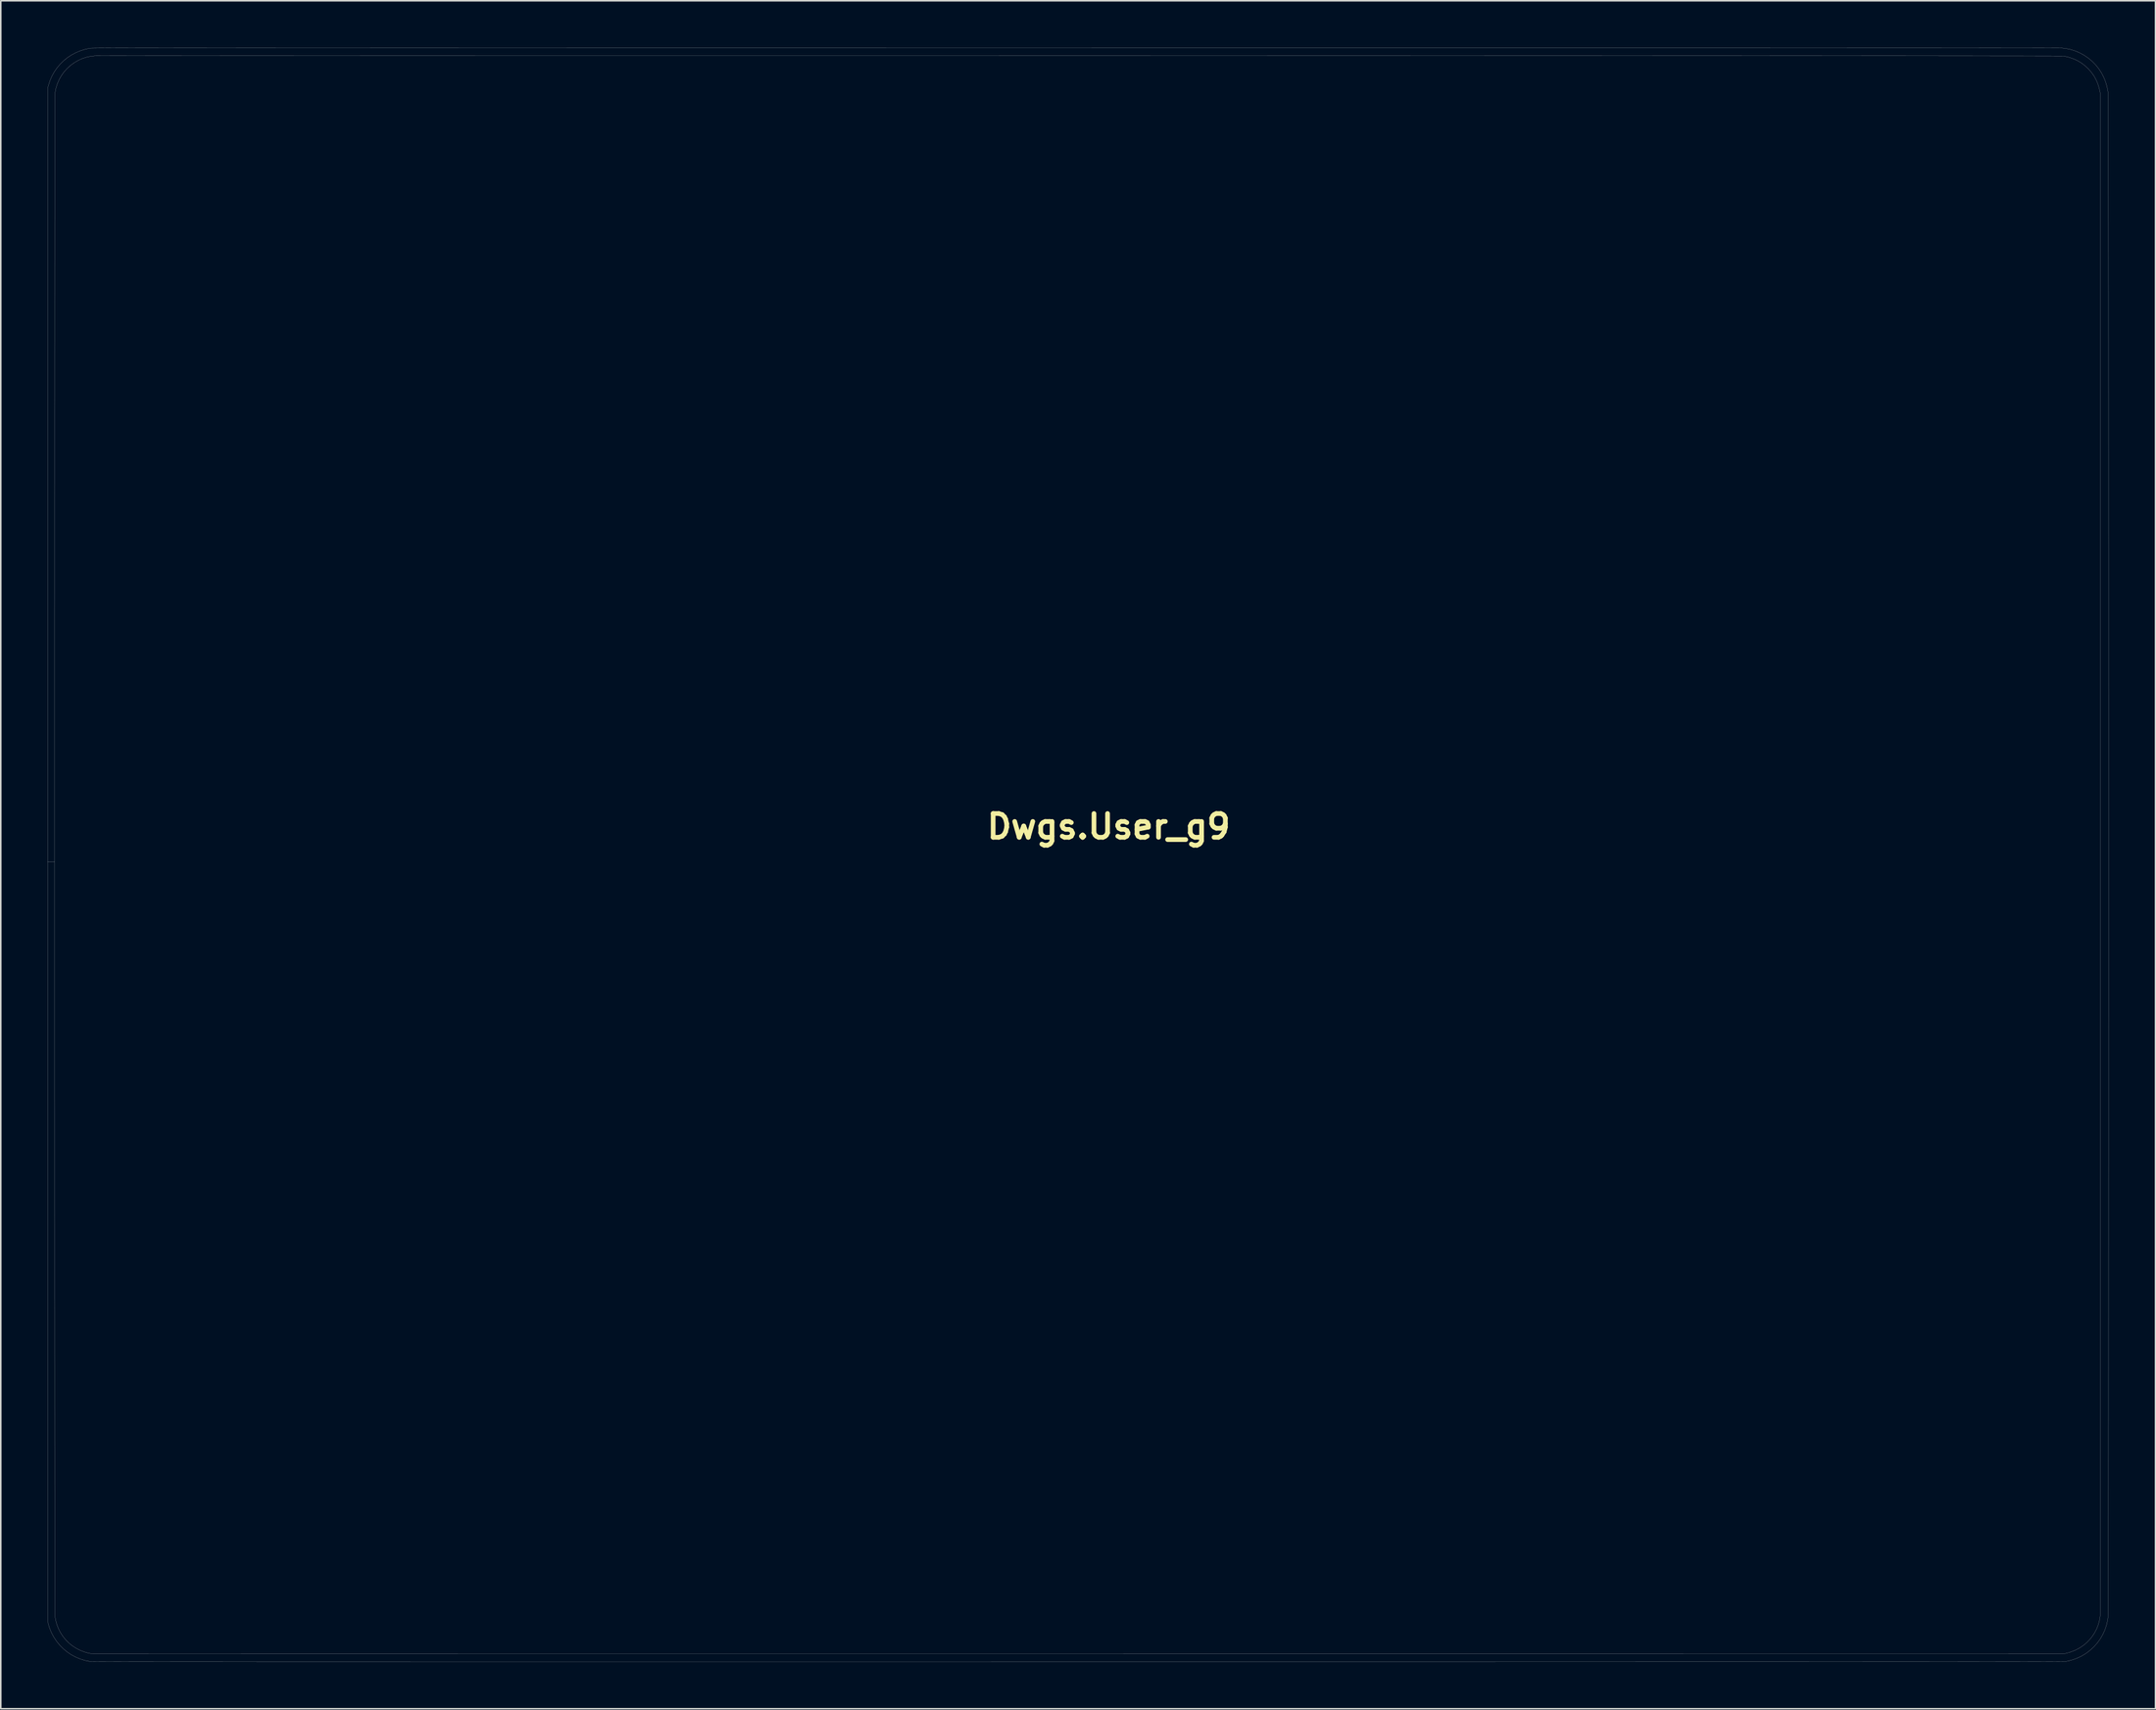
<source format=kicad_pcb>
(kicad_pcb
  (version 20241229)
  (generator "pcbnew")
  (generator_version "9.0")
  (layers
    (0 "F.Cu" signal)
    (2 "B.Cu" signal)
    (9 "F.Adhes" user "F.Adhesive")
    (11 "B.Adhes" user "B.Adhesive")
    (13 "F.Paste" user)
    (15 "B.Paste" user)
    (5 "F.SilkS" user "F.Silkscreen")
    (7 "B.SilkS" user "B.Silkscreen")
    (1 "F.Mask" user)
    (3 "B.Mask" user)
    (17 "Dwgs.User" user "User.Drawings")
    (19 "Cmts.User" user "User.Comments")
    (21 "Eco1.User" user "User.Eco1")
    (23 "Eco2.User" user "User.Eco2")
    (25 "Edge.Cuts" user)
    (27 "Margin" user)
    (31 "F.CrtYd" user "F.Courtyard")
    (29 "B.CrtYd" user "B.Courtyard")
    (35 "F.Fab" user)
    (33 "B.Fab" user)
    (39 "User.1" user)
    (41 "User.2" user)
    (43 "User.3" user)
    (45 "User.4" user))
  (footprint "Dwgs.User_g9"
    (layer "F.Cu")
    (at 67.979 49.918)
    (property "Reference" "Dwgs.User_g9" (at 0 0 0) (layer "F.SilkS") (effects (font (size 1.524 1.524) (thickness 0.3))))
    (attr through_hole)
    (fp_poly (pts (xy 25.442 -49.913) (xy 26.897 -49.913) (xy 28.319 -49.913) (xy 29.711 -49.912) (xy 31.07 -49.912) (xy 32.399 -49.912) (xy 33.696 -49.912) (xy 34.962 -49.912) (xy 36.197 -49.912) (xy 37.402 -49.912) (xy 38.575 -49.912) (xy 39.717 -49.912) (xy 40.829 -49.912) (xy 41.909 -49.912) (xy 42.96 -49.911) (xy 43.979 -49.911) (xy 44.968 -49.911) (xy 45.927 -49.911) (xy 46.855 -49.911) (xy 47.754 -49.91) (xy 48.621 -49.91) (xy 49.459 -49.91) (xy 50.267 -49.91) (xy 51.045 -49.91) (xy 51.793 -49.909) (xy 52.511 -49.909) (xy 53.199 -49.909) (xy 53.858 -49.908) (xy 54.487 -49.908) (xy 55.086 -49.908) (xy 55.656 -49.908) (xy 56.197 -49.907) (xy 56.708 -49.907) (xy 57.191 -49.906) (xy 57.644 -49.906) (xy 58.067 -49.906) (xy 58.462 -49.905) (xy 58.828 -49.905) (xy 59.165 -49.905) (xy 59.474 -49.904) (xy 59.753 -49.904) (xy 60.004 -49.903) (xy 60.227 -49.903) (xy 60.421 -49.902) (xy 60.586 -49.902) (xy 60.723 -49.901) (xy 60.832 -49.901) (xy 60.913 -49.9) (xy 60.965 -49.9) (xy 60.99 -49.899) (xy 60.99 -49.899) (xy 61.295 -49.867) (xy 61.581 -49.811) (xy 61.857 -49.729) (xy 62.127 -49.62) (xy 62.214 -49.58) (xy 62.5 -49.423) (xy 62.766 -49.241) (xy 63.01 -49.036) (xy 63.231 -48.81) (xy 63.429 -48.564) (xy 63.601 -48.3) (xy 63.747 -48.019) (xy 63.866 -47.724) (xy 63.956 -47.417) (xy 64.017 -47.097) (xy 64.04 -46.883) (xy 64.041 -46.86) (xy 64.041 -46.805) (xy 64.042 -46.717) (xy 64.042 -46.599) (xy 64.043 -46.449) (xy 64.043 -46.269) (xy 64.044 -46.06) (xy 64.044 -45.821) (xy 64.045 -45.553) (xy 64.045 -45.257) (xy 64.046 -44.933) (xy 64.046 -44.582) (xy 64.046 -44.204) (xy 64.047 -43.799) (xy 64.047 -43.369) (xy 64.048 -42.913) (xy 64.048 -42.433) (xy 64.049 -41.928) (xy 64.049 -41.399) (xy 64.049 -40.847) (xy 64.05 -40.271) (xy 64.05 -39.674) (xy 64.05 -39.054) (xy 64.051 -38.413) (xy 64.051 -37.751) (xy 64.051 -37.069) (xy 64.052 -36.367) (xy 64.052 -35.645) (xy 64.052 -34.904) (xy 64.053 -34.145) (xy 64.053 -33.368) (xy 64.053 -32.573) (xy 64.053 -31.762) (xy 64.054 -30.934) (xy 64.054 -30.089) (xy 64.054 -29.23) (xy 64.054 -28.355) (xy 64.055 -27.466) (xy 64.055 -26.563) (xy 64.055 -25.646) (xy 64.055 -24.716) (xy 64.056 -23.774) (xy 64.056 -22.819) (xy 64.056 -21.853) (xy 64.056 -20.876) (xy 64.056 -19.889) (xy 64.056 -18.891) (xy 64.057 -17.884) (xy 64.057 -16.867) (xy 64.057 -15.842) (xy 64.057 -14.809) (xy 64.057 -13.768) (xy 64.057 -12.72) (xy 64.057 -11.666) (xy 64.057 -10.605) (xy 64.057 -9.539) (xy 64.058 -8.467) (xy 64.058 -7.391) (xy 64.058 -6.311) (xy 64.058 -5.227) (xy 64.058 -4.14) (xy 64.058 -3.05) (xy 64.058 -1.958) (xy 64.058 -0.864) (xy 64.058 0.231) (xy 64.058 1.326) (xy 64.058 2.422) (xy 64.058 3.518) (xy 64.058 4.613) (xy 64.058 5.706) (xy 64.058 6.798) (xy 64.058 7.888) (xy 64.058 8.974) (xy 64.058 10.058) (xy 64.058 11.138) (xy 64.058 12.214) (xy 64.057 13.285) (xy 64.057 14.35) (xy 64.057 15.41) (xy 64.057 16.464) (xy 64.057 17.512) (xy 64.057 18.552) (xy 64.057 19.584) (xy 64.057 20.608) (xy 64.057 21.624) (xy 64.056 22.63) (xy 64.056 23.627) (xy 64.056 24.613) (xy 64.056 25.589) (xy 64.056 26.554) (xy 64.055 27.507) (xy 64.055 28.448) (xy 64.055 29.377) (xy 64.055 30.292) (xy 64.055 31.194) (xy 64.054 32.082) (xy 64.054 32.955) (xy 64.054 33.813) (xy 64.054 34.656) (xy 64.053 35.482) (xy 64.053 36.292) (xy 64.053 37.085) (xy 64.053 37.861) (xy 64.052 38.618) (xy 64.052 39.357) (xy 64.052 40.077) (xy 64.051 40.777) (xy 64.051 41.457) (xy 64.051 42.117) (xy 64.05 42.756) (xy 64.05 43.373) (xy 64.05 43.968) (xy 64.049 44.541) (xy 64.049 45.091) (xy 64.048 45.618) (xy 64.048 46.12) (xy 64.048 46.598) (xy 64.047 47.052) (xy 64.047 47.479) (xy 64.046 47.881) (xy 64.046 48.257) (xy 64.046 48.605) (xy 64.045 48.926) (xy 64.045 49.219) (xy 64.044 49.484) (xy 64.044 49.72) (xy 64.043 49.927) (xy 64.043 50.104) (xy 64.042 50.25) (xy 64.042 50.365) (xy 64.041 50.45) (xy 64.041 50.502) (xy 64.04 50.521) (xy 63.999 50.849) (xy 63.928 51.165) (xy 63.827 51.47) (xy 63.696 51.761) (xy 63.538 52.038) (xy 63.353 52.298) (xy 63.141 52.54) (xy 62.905 52.763) (xy 62.643 52.965) (xy 62.566 53.017) (xy 62.354 53.145) (xy 62.133 53.255) (xy 61.898 53.349) (xy 61.642 53.43) (xy 61.36 53.499) (xy 61.353 53.5) (xy 61.348 53.501) (xy 61.34 53.502) (xy 61.328 53.503) (xy 61.311 53.503) (xy 61.291 53.504) (xy 61.266 53.505) (xy 61.236 53.505) (xy 61.2 53.506) (xy 61.16 53.507) (xy 61.113 53.507) (xy 61.06 53.508) (xy 61.001 53.508) (xy 60.935 53.509) (xy 60.862 53.51) (xy 60.782 53.51) (xy 60.694 53.511) (xy 60.598 53.511) (xy 60.494 53.512) (xy 60.382 53.512) (xy 60.26 53.513) (xy 60.13 53.513) (xy 59.99 53.514) (xy 59.84 53.514) (xy 59.68 53.515) (xy 59.51 53.515) (xy 59.329 53.516) (xy 59.138 53.516) (xy 58.935 53.516) (xy 58.72 53.517) (xy 58.494 53.517) (xy 58.255 53.518) (xy 58.004 53.518) (xy 57.74 53.518) (xy 57.464 53.519) (xy 57.173 53.519) (xy 56.87 53.519) (xy 56.552 53.52) (xy 56.22 53.52) (xy 55.873 53.52) (xy 55.512 53.521) (xy 55.135 53.521) (xy 54.743 53.521) (xy 54.335 53.522) (xy 53.911 53.522) (xy 53.471 53.522) (xy 53.014 53.522) (xy 52.54 53.523) (xy 52.048 53.523) (xy 51.54 53.523) (xy 51.013 53.524) (xy 50.468 53.524) (xy 49.905 53.524) (xy 49.322 53.524) (xy 48.721 53.524) (xy 48.1 53.525) (xy 47.46 53.525) (xy 46.8 53.525) (xy 46.119 53.525) (xy 45.418 53.525) (xy 44.696 53.526) (xy 43.953 53.526) (xy 43.188 53.526) (xy 42.401 53.526) (xy 41.592 53.526) (xy 40.761 53.526) (xy 39.908 53.527) (xy 39.031 53.527) (xy 38.131 53.527) (xy 37.207 53.527) (xy 36.259 53.527) (xy 35.287 53.527) (xy 34.291 53.527) (xy 33.27 53.528) (xy 32.224 53.528) (xy 31.152 53.528) (xy 30.055 53.528) (xy 28.931 53.528) (xy 27.781 53.528) (xy 26.605 53.528) (xy 25.402 53.528) (xy 24.171 53.529) (xy 22.913 53.529) (xy 21.627 53.529) (xy 20.313 53.529) (xy 18.971 53.529) (xy 17.6 53.529) (xy 16.2 53.529) (xy 14.77 53.529) (xy 13.311 53.529) (xy 11.822 53.529) (xy 10.302 53.53) (xy 8.753 53.53) (xy 7.172 53.53) (xy 5.56 53.53) (xy 3.917 53.53) (xy 2.242 53.53) (xy 0.535 53.53) (xy -1.205 53.53) (xy -1.934 53.53) (xy -3.709 53.53) (xy -5.452 53.53) (xy -7.162 53.53) (xy -8.841 53.531) (xy -10.488 53.531) (xy -12.104 53.531) (xy -13.689 53.531) (xy -15.243 53.531) (xy -16.766 53.531) (xy -18.259 53.531) (xy -19.723 53.531) (xy -21.156 53.531) (xy -22.561 53.531) (xy -23.936 53.531) (xy -25.283 53.531) (xy -26.601 53.531) (xy -27.891 53.531) (xy -29.153 53.531) (xy -30.387 53.531) (xy -31.594 53.531) (xy -32.774 53.531) (xy -33.927 53.531) (xy -35.054 53.531) (xy -36.154 53.531) (xy -37.229 53.531) (xy -38.278 53.531) (xy -39.302 53.531) (xy -40.301 53.531) (xy -41.275 53.531) (xy -42.224 53.531) (xy -43.149 53.531) (xy -44.051 53.531) (xy -44.928 53.53) (xy -45.783 53.53) (xy -46.614 53.53) (xy -47.423 53.53) (xy -48.209 53.53) (xy -48.973 53.53) (xy -49.715 53.53) (xy -50.436 53.53) (xy -51.135 53.529) (xy -51.813 53.529) (xy -52.471 53.529) (xy -53.108 53.529) (xy -53.724 53.529) (xy -54.321 53.529) (xy -54.899 53.528) (xy -55.457 53.528) (xy -55.996 53.528) (xy -56.516 53.528) (xy -57.018 53.527) (xy -57.501 53.527) (xy -57.967 53.527) (xy -58.415 53.527) (xy -58.846 53.526) (xy -59.26 53.526) (xy -59.657 53.526) (xy -60.037 53.526) (xy -60.402 53.525) (xy -60.75 53.525) (xy -61.083 53.525) (xy -61.401 53.524) (xy -61.704 53.524) (xy -61.992 53.524) (xy -62.265 53.523) (xy -62.525 53.523) (xy -62.77 53.523) (xy -63.002 53.522) (xy -63.221 53.522) (xy -63.426 53.521) (xy -63.619 53.521) (xy -63.799 53.52) (xy -63.968 53.52) (xy -64.124 53.52) (xy -64.269 53.519) (xy -64.402 53.519) (xy -64.525 53.518) (xy -64.637 53.518) (xy -64.738 53.517) (xy -64.829 53.517) (xy -64.911 53.516) (xy -64.982 53.515) (xy -65.045 53.515) (xy -65.098 53.514) (xy -65.143 53.514) (xy -65.179 53.513) (xy -65.208 53.513) (xy -65.228 53.512) (xy -65.241 53.511) (xy -65.245 53.511) (xy -65.569 53.445) (xy -65.881 53.35) (xy -66.178 53.226) (xy -66.46 53.075) (xy -66.724 52.897) (xy -66.97 52.694) (xy -67.196 52.467) (xy -67.4 52.217) (xy -67.58 51.945) (xy -67.7 51.726) (xy -67.788 51.533) (xy -67.867 51.324) (xy -67.931 51.116) (xy -67.941 51.078) (xy -67.942 51.074) (xy -67.943 51.069) (xy -67.944 51.064) (xy -67.945 51.058) (xy -67.946 51.05) (xy -67.947 51.041) (xy -67.948 51.029) (xy -67.949 51.015) (xy -67.95 50.998) (xy -67.95 50.979) (xy -67.951 50.955) (xy -67.952 50.928) (xy -67.953 50.897) (xy -67.954 50.861) (xy -67.954 50.82) (xy -67.955 50.774) (xy -67.956 50.722) (xy -67.956 50.665) (xy -67.957 50.601) (xy -67.958 50.531) (xy -67.958 50.453) (xy -67.959 50.369) (xy -67.96 50.277) (xy -67.96 50.176) (xy -67.961 50.068) (xy -67.961 49.951) (xy -67.962 49.824) (xy -67.962 49.689) (xy -67.963 49.543) (xy -67.963 49.388) (xy -67.964 49.222) (xy -67.964 49.045) (xy -67.965 48.858) (xy -67.965 48.658) (xy -67.965 48.447) (xy -67.966 48.224) (xy -67.966 47.989) (xy -67.967 47.74) (xy -67.967 47.478) (xy -67.967 47.203) (xy -67.968 46.914) (xy -67.968 46.611) (xy -67.968 46.293) (xy -67.969 45.96) (xy -67.969 45.612) (xy -67.969 45.248) (xy -67.969 44.869) (xy -67.97 44.473) (xy -67.97 44.06) (xy -67.97 43.631) (xy -67.97 43.184) (xy -67.971 42.719) (xy -67.971 42.236) (xy -67.971 41.735) (xy -67.971 41.216) (xy -67.971 40.677) (xy -67.972 40.118) (xy -67.972 39.54) (xy -67.972 38.942) (xy -67.972 38.324) (xy -67.972 37.684) (xy -67.972 37.023) (xy -67.972 36.341) (xy -67.973 35.637) (xy -67.973 34.911) (xy -67.973 34.163) (xy -67.973 33.391) (xy -67.973 32.596) (xy -67.973 31.778) (xy -67.973 30.935) (xy -67.973 30.069) (xy -67.973 29.178) (xy -67.973 28.261) (xy -67.973 27.32) (xy -67.973 26.353) (xy -67.973 25.36) (xy -67.973 24.34) (xy -67.973 23.294) (xy -67.974 22.221) (xy -67.974 21.12) (xy -67.974 19.992) (xy -67.974 18.835) (xy -67.974 17.65) (xy -67.974 16.436) (xy -67.974 15.194) (xy -67.974 13.921) (xy -67.974 12.619) (xy -67.974 11.287) (xy -67.974 9.924) (xy -67.974 8.531) (xy -67.974 7.106) (xy -67.974 4.161) (xy -67.974 2.64) (xy -67.974 1.816) (xy -67.974 1.173) (xy -67.531 1.173) (xy -67.531 2.268) (xy -67.531 3.364) (xy -67.531 4.459) (xy -67.531 5.552) (xy -67.531 6.644) (xy -67.531 7.734) (xy -67.531 8.821) (xy -67.531 9.905) (xy -67.531 10.985) (xy -67.531 12.061) (xy -67.531 13.132) (xy -67.531 14.199) (xy -67.531 15.259) (xy -67.531 16.314) (xy -67.531 17.362) (xy -67.53 18.403) (xy -67.53 19.436) (xy -67.53 20.461) (xy -67.53 21.478) (xy -67.53 22.486) (xy -67.53 23.484) (xy -67.53 24.472) (xy -67.529 25.449) (xy -67.529 26.416) (xy -67.529 27.37) (xy -67.529 28.313) (xy -67.529 29.244) (xy -67.529 30.161) (xy -67.528 31.065) (xy -67.528 31.955) (xy -67.528 32.83) (xy -67.528 33.691) (xy -67.527 34.536) (xy -67.527 35.365) (xy -67.527 36.177) (xy -67.527 36.973) (xy -67.526 37.751) (xy -67.526 38.511) (xy -67.526 39.253) (xy -67.525 39.976) (xy -67.525 40.679) (xy -67.525 41.363) (xy -67.525 42.026) (xy -67.524 42.669) (xy -67.524 43.29) (xy -67.524 43.889) (xy -67.523 44.466) (xy -67.523 45.02) (xy -67.523 45.55) (xy -67.522 46.057) (xy -67.522 46.539) (xy -67.521 46.997) (xy -67.521 47.429) (xy -67.521 47.836) (xy -67.52 48.216) (xy -67.52 48.57) (xy -67.519 48.896) (xy -67.519 49.194) (xy -67.519 49.464) (xy -67.518 49.706) (xy -67.518 49.918) (xy -67.517 50.1) (xy -67.517 50.252) (xy -67.516 50.374) (xy -67.516 50.464) (xy -67.515 50.523) (xy -67.515 50.549) (xy -67.515 50.55) (xy -67.468 50.843) (xy -67.39 51.128) (xy -67.284 51.402) (xy -67.15 51.664) (xy -66.989 51.91) (xy -66.804 52.136) (xy -66.634 52.307) (xy -66.41 52.49) (xy -66.164 52.651) (xy -65.903 52.786) (xy -65.628 52.895) (xy -65.346 52.974) (xy -65.098 53.017) (xy -65.08 53.018) (xy -65.03 53.018) (xy -64.948 53.018) (xy -64.835 53.018) (xy -64.69 53.018) (xy -64.514 53.018) (xy -64.307 53.018) (xy -64.07 53.019) (xy -63.803 53.019) (xy -63.507 53.019) (xy -63.181 53.019) (xy -62.826 53.019) (xy -62.443 53.019) (xy -62.032 53.019) (xy -61.593 53.019) (xy -61.126 53.02) (xy -60.633 53.02) (xy -60.112 53.02) (xy -59.565 53.02) (xy -58.992 53.02) (xy -58.394 53.02) (xy -57.77 53.02) (xy -57.121 53.02) (xy -56.447 53.02) (xy -55.749 53.02) (xy -55.027 53.021) (xy -54.282 53.021) (xy -53.513 53.021) (xy -52.722 53.021) (xy -51.908 53.021) (xy -51.072 53.021) (xy -50.214 53.021) (xy -49.335 53.021) (xy -48.434 53.021) (xy -47.513 53.021) (xy -46.571 53.021) (xy -45.61 53.021) (xy -44.628 53.021) (xy -43.628 53.021) (xy -42.608 53.021) (xy -41.57 53.022) (xy -40.513 53.022) (xy -39.439 53.022) (xy -38.347 53.022) (xy -37.238 53.022) (xy -36.112 53.022) (xy -34.969 53.022) (xy -33.811 53.022) (xy -32.636 53.022) (xy -31.446 53.022) (xy -30.241 53.022) (xy -29.022 53.022) (xy -27.788 53.022) (xy -26.539 53.022) (xy -25.278 53.022) (xy -24.003 53.022) (xy -22.715 53.022) (xy -21.414 53.022) (xy -20.101 53.022) (xy -18.776 53.022) (xy -17.44 53.022) (xy -16.093 53.022) (xy -14.734 53.022) (xy -13.365 53.022) (xy -11.987 53.022) (xy -10.598 53.022) (xy -9.2 53.022) (xy -7.793 53.022) (xy -6.377 53.022) (xy -4.952 53.022) (xy -3.52 53.022) (xy -2.08 53.022) (xy -1.934 53.022) (xy 61.181 53.019) (xy 61.335 52.983) (xy 61.642 52.895) (xy 61.929 52.782) (xy 62.196 52.642) (xy 62.442 52.477) (xy 62.669 52.286) (xy 62.876 52.069) (xy 62.994 51.923) (xy 63.159 51.676) (xy 63.295 51.416) (xy 63.401 51.142) (xy 63.478 50.853) (xy 63.525 50.55) (xy 63.533 50.453) (xy 63.534 50.429) (xy 63.534 50.372) (xy 63.535 50.284) (xy 63.536 50.164) (xy 63.536 50.014) (xy 63.537 49.834) (xy 63.537 49.623) (xy 63.538 49.384) (xy 63.538 49.116) (xy 63.539 48.819) (xy 63.539 48.495) (xy 63.54 48.143) (xy 63.54 47.765) (xy 63.54 47.36) (xy 63.541 46.929) (xy 63.541 46.473) (xy 63.542 45.993) (xy 63.542 45.488) (xy 63.542 44.959) (xy 63.543 44.406) (xy 63.543 43.831) (xy 63.543 43.234) (xy 63.544 42.614) (xy 63.544 41.974) (xy 63.544 41.312) (xy 63.544 40.63) (xy 63.545 39.928) (xy 63.545 39.206) (xy 63.545 38.466) (xy 63.545 37.707) (xy 63.546 36.931) (xy 63.546 36.136) (xy 63.546 35.325) (xy 63.546 34.498) (xy 63.546 33.654) (xy 63.547 32.795) (xy 63.547 31.921) (xy 63.547 31.032) (xy 63.547 30.129) (xy 63.547 29.213) (xy 63.547 28.284) (xy 63.547 27.342) (xy 63.547 26.389) (xy 63.547 25.423) (xy 63.547 24.447) (xy 63.547 23.46) (xy 63.547 22.463) (xy 63.548 21.456) (xy 63.548 20.441) (xy 63.548 19.416) (xy 63.548 18.384) (xy 63.548 17.344) (xy 63.547 16.296) (xy 63.547 15.243) (xy 63.547 14.183) (xy 63.547 13.117) (xy 63.547 12.046) (xy 63.547 10.971) (xy 63.547 9.891) (xy 63.547 8.808) (xy 63.547 7.721) (xy 63.547 6.632) (xy 63.547 5.541) (xy 63.547 4.447) (xy 63.546 3.353) (xy 63.546 2.258) (xy 63.546 1.162) (xy 63.546 0.067) (xy 63.546 -1.027) (xy 63.546 -2.12) (xy 63.545 -3.212) (xy 63.545 -4.301) (xy 63.545 -5.387) (xy 63.545 -6.471) (xy 63.545 -7.55) (xy 63.544 -8.626) (xy 63.544 -9.697) (xy 63.544 -10.762) (xy 63.544 -11.822) (xy 63.543 -12.876) (xy 63.543 -13.923) (xy 63.543 -14.963) (xy 63.542 -15.996) (xy 63.542 -17.02) (xy 63.542 -18.036) (xy 63.541 -19.042) (xy 63.541 -20.039) (xy 63.541 -21.026) (xy 63.54 -22.003) (xy 63.54 -22.968) (xy 63.54 -23.922) (xy 63.539 -24.863) (xy 63.539 -25.793) (xy 63.539 -26.709) (xy 63.538 -27.611) (xy 63.538 -28.5) (xy 63.538 -29.374) (xy 63.537 -30.233) (xy 63.537 -31.077) (xy 63.536 -31.904) (xy 63.536 -32.715) (xy 63.535 -33.509) (xy 63.535 -34.286) (xy 63.535 -35.045) (xy 63.534 -35.785) (xy 63.534 -36.507) (xy 63.533 -37.209) (xy 63.533 -37.891) (xy 63.532 -38.552) (xy 63.532 -39.193) (xy 63.531 -39.812) (xy 63.531 -40.41) (xy 63.53 -40.985) (xy 63.53 -41.537) (xy 63.529 -42.066) (xy 63.529 -42.571) (xy 63.528 -43.052) (xy 63.528 -43.507) (xy 63.527 -43.938) (xy 63.527 -44.343) (xy 63.526 -44.721) (xy 63.526 -45.072) (xy 63.525 -45.397) (xy 63.524 -45.693) (xy 63.524 -45.961) (xy 63.523 -46.201) (xy 63.523 -46.411) (xy 63.522 -46.591) (xy 63.522 -46.742) (xy 63.521 -46.861) (xy 63.52 -46.949) (xy 63.52 -47.006) (xy 63.519 -47.03) (xy 63.519 -47.031) (xy 63.451 -47.333) (xy 63.363 -47.611) (xy 63.252 -47.868) (xy 63.119 -48.107) (xy 62.96 -48.331) (xy 62.775 -48.543) (xy 62.73 -48.588) (xy 62.521 -48.779) (xy 62.3 -48.944) (xy 62.065 -49.083) (xy 61.812 -49.198) (xy 61.539 -49.291) (xy 61.243 -49.364) (xy 61.173 -49.377) (xy 61.154 -49.378) (xy 61.102 -49.378) (xy 61.019 -49.379) (xy 60.904 -49.379) (xy 60.758 -49.38) (xy 60.582 -49.38) (xy 60.375 -49.381) (xy 60.138 -49.381) (xy 59.873 -49.382) (xy 59.578 -49.382) (xy 59.255 -49.383) (xy 58.904 -49.383) (xy 58.525 -49.384) (xy 58.119 -49.384) (xy 57.687 -49.385) (xy 57.228 -49.385) (xy 56.743 -49.385) (xy 56.233 -49.386) (xy 55.698 -49.386) (xy 55.138 -49.387) (xy 54.554 -49.387) (xy 53.946 -49.388) (xy 53.315 -49.388) (xy 52.662 -49.389) (xy 51.986 -49.389) (xy 51.288 -49.389) (xy 50.568 -49.39) (xy 49.827 -49.39) (xy 49.066 -49.391) (xy 48.284 -49.391) (xy 47.483 -49.392) (xy 46.662 -49.392) (xy 45.822 -49.392) (xy 44.964 -49.393) (xy 44.088 -49.393) (xy 43.194 -49.393) (xy 42.282 -49.394) (xy 41.354 -49.394) (xy 40.41 -49.395) (xy 39.45 -49.395) (xy 38.474 -49.395) (xy 37.483 -49.396) (xy 36.478 -49.396) (xy 35.458 -49.396) (xy 34.425 -49.397) (xy 33.378 -49.397) (xy 32.318 -49.397) (xy 31.246 -49.398) (xy 30.162 -49.398) (xy 29.066 -49.398) (xy 27.959 -49.399) (xy 26.842 -49.399) (xy 25.714 -49.399) (xy 24.576 -49.399) (xy 23.429 -49.4) (xy 22.273 -49.4) (xy 21.108 -49.4) (xy 19.935 -49.4) (xy 18.754 -49.401) (xy 17.566 -49.401) (xy 16.371 -49.401) (xy 15.17 -49.401) (xy 13.963 -49.402) (xy 12.75 -49.402) (xy 11.532 -49.402) (xy 10.31 -49.402) (xy 9.083 -49.403) (xy 7.852 -49.403) (xy 6.618 -49.403) (xy 5.381 -49.403) (xy 4.142 -49.403) (xy 2.9 -49.403) (xy 1.657 -49.404) (xy 0.412 -49.404) (xy -0.833 -49.404) (xy -2.079 -49.404) (xy -3.324 -49.404) (xy -4.569 -49.404) (xy -5.813 -49.404) (xy -7.056 -49.405) (xy -8.297 -49.405) (xy -9.536 -49.405) (xy -10.772 -49.405) (xy -12.005 -49.405) (xy -13.235 -49.405) (xy -14.46 -49.405) (xy -15.681 -49.405) (xy -16.898 -49.405) (xy -18.109 -49.405) (xy -19.314 -49.405) (xy -20.513 -49.405) (xy -21.706 -49.405) (xy -22.892 -49.405) (xy -24.07 -49.405) (xy -25.241 -49.405) (xy -26.403 -49.405) (xy -27.556 -49.405) (xy -28.701 -49.405) (xy -29.836 -49.405) (xy -30.96 -49.405) (xy -32.075 -49.405) (xy -33.178 -49.405) (xy -34.27 -49.405) (xy -35.351 -49.405) (xy -36.419 -49.405) (xy -37.475 -49.405) (xy -38.517 -49.405) (xy -39.546 -49.405) (xy -40.562 -49.405) (xy -41.563 -49.404) (xy -42.549 -49.404) (xy -43.52 -49.404) (xy -44.475 -49.404) (xy -45.415 -49.404) (xy -46.337 -49.404) (xy -47.243 -49.404) (xy -48.132 -49.403) (xy -49.003 -49.403) (xy -49.855 -49.403) (xy -50.689 -49.403) (xy -51.504 -49.403) (xy -52.299 -49.402) (xy -53.075 -49.402) (xy -53.83 -49.402) (xy -54.564 -49.402) (xy -55.277 -49.401) (xy -55.968 -49.401) (xy -56.637 -49.401) (xy -57.284 -49.4) (xy -57.907 -49.4) (xy -58.508 -49.4) (xy -59.084 -49.4) (xy -59.636 -49.399) (xy -60.164 -49.399) (xy -60.666 -49.399) (xy -61.143 -49.398) (xy -61.594 -49.398) (xy -62.018 -49.397) (xy -62.415 -49.397) (xy -62.786 -49.397) (xy -63.128 -49.396) (xy -63.442 -49.396) (xy -63.728 -49.395) (xy -63.985 -49.395) (xy -64.212 -49.394) (xy -64.41 -49.394) (xy -64.577 -49.394) (xy -64.713 -49.393) (xy -64.818 -49.393) (xy -64.892 -49.392) (xy -64.933 -49.392) (xy -64.942 -49.391) (xy -65.226 -49.359) (xy -65.491 -49.302) (xy -65.744 -49.22) (xy -65.99 -49.112) (xy -66.007 -49.103) (xy -66.271 -48.951) (xy -66.513 -48.775) (xy -66.732 -48.576) (xy -66.927 -48.358) (xy -67.097 -48.12) (xy -67.241 -47.866) (xy -67.357 -47.596) (xy -67.445 -47.312) (xy -67.503 -47.015) (xy -67.515 -46.924) (xy -67.515 -46.904) (xy -67.516 -46.85) (xy -67.516 -46.766) (xy -67.517 -46.649) (xy -67.517 -46.502) (xy -67.518 -46.325) (xy -67.518 -46.118) (xy -67.518 -45.881) (xy -67.519 -45.616) (xy -67.519 -45.322) (xy -67.52 -45.001) (xy -67.52 -44.652) (xy -67.521 -44.276) (xy -67.521 -43.874) (xy -67.521 -43.446) (xy -67.522 -42.993) (xy -67.522 -42.514) (xy -67.523 -42.012) (xy -67.523 -41.485) (xy -67.523 -40.935) (xy -67.524 -40.362) (xy -67.524 -39.767) (xy -67.524 -39.149) (xy -67.525 -38.51) (xy -67.525 -37.851) (xy -67.525 -37.17) (xy -67.525 -36.47) (xy -67.526 -35.75) (xy -67.526 -35.012) (xy -67.526 -34.255) (xy -67.527 -33.479) (xy -67.527 -32.687) (xy -67.527 -31.877) (xy -67.527 -31.051) (xy -67.528 -30.208) (xy -67.528 -29.351) (xy -67.528 -28.478) (xy -67.528 -27.59) (xy -67.529 -26.689) (xy -67.529 -25.774) (xy -67.529 -24.845) (xy -67.529 -23.905) (xy -67.529 -22.952) (xy -67.529 -21.987) (xy -67.53 -21.012) (xy -67.53 -20.025) (xy -67.53 -19.029) (xy -67.53 -18.023) (xy -67.53 -17.008) (xy -67.53 -15.984) (xy -67.53 -14.952) (xy -67.531 -13.912) (xy -67.531 -12.865) (xy -67.531 -11.812) (xy -67.531 -10.752) (xy -67.531 -9.687) (xy -67.531 -8.616) (xy -67.531 -7.541) (xy -67.531 -6.461) (xy -67.531 -5.378) (xy -67.531 -4.291) (xy -67.531 -3.202) (xy -67.531 -2.111) (xy -67.531 -1.017) (xy -67.531 0.077) (xy -67.531 1.173) (xy -67.974 1.173) (xy -67.974 -47.318) (xy -67.924 -47.501) (xy -67.826 -47.805) (xy -67.699 -48.096) (xy -67.545 -48.371) (xy -67.366 -48.629) (xy -67.163 -48.869) (xy -66.938 -49.088) (xy -66.693 -49.285) (xy -66.429 -49.458) (xy -66.149 -49.605) (xy -65.854 -49.725) (xy -65.614 -49.798) (xy -65.516 -49.823) (xy -65.408 -49.847) (xy -65.305 -49.868) (xy -65.253 -49.877) (xy -65.248 -49.878) (xy -65.241 -49.879) (xy -65.231 -49.88) (xy -65.22 -49.881) (xy -65.206 -49.881) (xy -65.189 -49.882) (xy -65.169 -49.883) (xy -65.145 -49.883) (xy -65.118 -49.884) (xy -65.086 -49.885) (xy -65.05 -49.885) (xy -65.01 -49.886) (xy -64.964 -49.887) (xy -64.913 -49.887) (xy -64.856 -49.888) (xy -64.794 -49.889) (xy -64.725 -49.889) (xy -64.649 -49.89) (xy -64.567 -49.89) (xy -64.478 -49.891) (xy -64.381 -49.891) (xy -64.276 -49.892) (xy -64.164 -49.893) (xy -64.042 -49.893) (xy -63.913 -49.894) (xy -63.774 -49.894) (xy -63.626 -49.895) (xy -63.468 -49.895) (xy -63.3 -49.895) (xy -63.122 -49.896) (xy -62.934 -49.896) (xy -62.735 -49.897) (xy -62.524 -49.897) (xy -62.303 -49.898) (xy -62.069 -49.898) (xy -61.824 -49.898) (xy -61.566 -49.899) (xy -61.295 -49.899) (xy -61.012 -49.899) (xy -60.715 -49.9) (xy -60.404 -49.9) (xy -60.08 -49.9) (xy -59.742 -49.901) (xy -59.389 -49.901) (xy -59.021 -49.901) (xy -58.638 -49.902) (xy -58.24 -49.902) (xy -57.826 -49.902) (xy -57.396 -49.903) (xy -56.949 -49.903) (xy -56.486 -49.903) (xy -56.006 -49.903) (xy -55.509 -49.904) (xy -54.995 -49.904) (xy -54.462 -49.904) (xy -53.911 -49.904) (xy -53.342 -49.905) (xy -52.754 -49.905) (xy -52.147 -49.905) (xy -51.521 -49.905) (xy -50.875 -49.905) (xy -50.209 -49.906) (xy -49.522 -49.906) (xy -48.815 -49.906) (xy -48.087 -49.906) (xy -47.338 -49.906) (xy -46.568 -49.907) (xy -45.775 -49.907) (xy -44.961 -49.907) (xy -44.124 -49.907) (xy -43.264 -49.907) (xy -42.381 -49.907) (xy -41.475 -49.908) (xy -40.545 -49.908) (xy -39.592 -49.908) (xy -38.614 -49.908) (xy -37.611 -49.908) (xy -36.584 -49.908) (xy -35.531 -49.908) (xy -34.453 -49.909) (xy -33.349 -49.909) (xy -32.219 -49.909) (xy -31.062 -49.909) (xy -29.879 -49.909) (xy -28.669 -49.909) (xy -27.432 -49.909) (xy -26.167 -49.909) (xy -24.874 -49.91) (xy -23.552 -49.91) (xy -22.203 -49.91) (xy -20.824 -49.91) (xy -19.416 -49.91) (xy -17.979 -49.91) (xy -16.512 -49.91) (xy -15.015 -49.91) (xy -13.487 -49.911) (xy -11.929 -49.911) (xy -10.34 -49.911) (xy -8.72 -49.911) (xy -7.067 -49.911) (xy -5.384 -49.911) (xy -3.667 -49.911) (xy -2.171 -49.911) (xy -0.203 -49.912) (xy 1.733 -49.912) (xy 3.636 -49.912) (xy 5.507 -49.912) (xy 7.345 -49.912) (xy 9.151 -49.912) (xy 10.924 -49.912) (xy 12.665 -49.912) (xy 14.374 -49.912) (xy 16.051 -49.912) (xy 17.696 -49.912) (xy 19.309 -49.913) (xy 20.89 -49.913) (xy 22.439 -49.913) (xy 23.957 -49.913) (xy 25.442 -49.913)) (stroke (width 0.01) (type solid)) (fill no) (layer "Dwgs.User")))
  (gr_rect
    (start -3 -3)
    (end 135.042 106.454)
    (stroke (width 0.1) (type default))
    (fill no)
    (layer "Edge.Cuts")))
</source>
